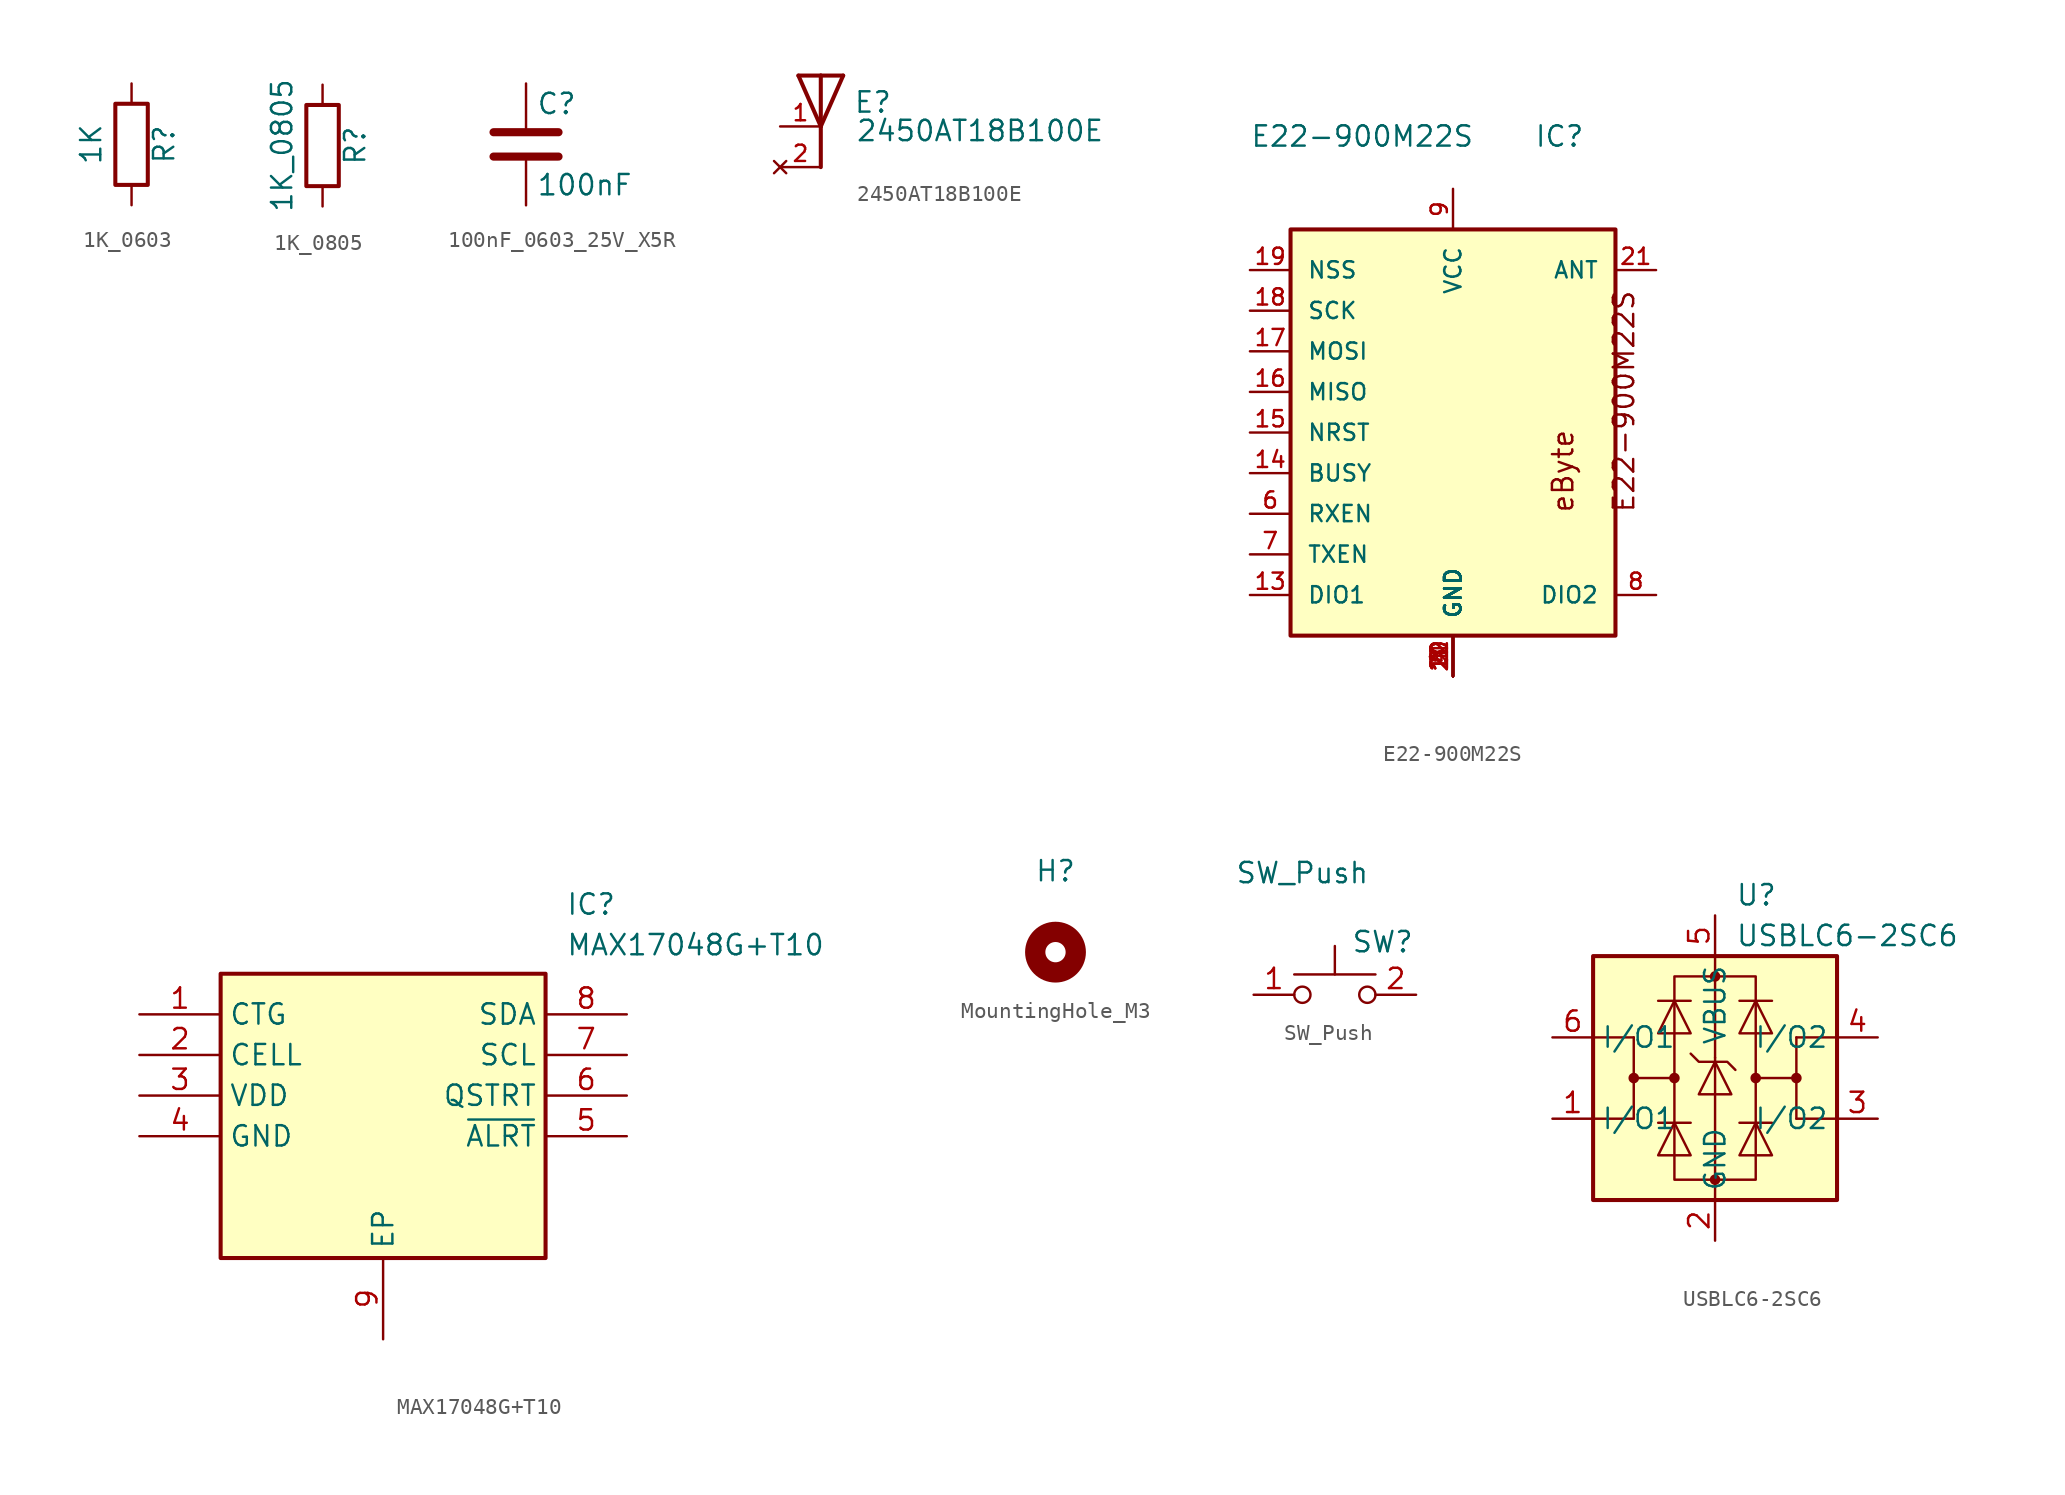
<source format=kicad_sym>
(kicad_symbol_lib
  (version 20241209)
  (generator "kicad_symbol_editor")
  (generator_version "9.0")
  (symbol "1K_0603"
    (pin_numbers
      (hide yes))
    (pin_names
      (offset 0))
    (property "Reference" "R"
      (at 2.032 0 90)
      (effects (font (size 1.27 1.27))))
    (property "Value" "1K"
      (at -2.54 0 90)
      (effects (font (size 1.27 1.27))))
    (symbol "1K_0603_0_1"
      (rectangle (start -1.016 -2.54) (end 1.016 2.54) (stroke (width 0.254) (type default)) (fill (type none))))
    (symbol "1K_0603_1_1"
      (pin passive line (at 0 3.81 270) (length 1.27) (name "~" (effects (font (size 1.27 1.27)))) (number "1" (effects (font (size 1.27 1.27)))))
      (pin passive line (at 0 -3.81 90) (length 1.27) (name "~" (effects (font (size 1.27 1.27)))) (number "2" (effects (font (size 1.27 1.27)))))))
  (symbol "1K_0805"
    (pin_numbers
      (hide yes))
    (pin_names
      (offset 0))
    (property "Reference" "R"
      (at 2.032 0 90)
      (effects (font (size 1.27 1.27))))
    (property "Value" "1K_0805"
      (at -2.54 0 90)
      (effects (font (size 1.27 1.27))))
    (symbol "1K_0805_0_1"
      (rectangle (start -1.016 -2.54) (end 1.016 2.54) (stroke (width 0.254) (type default)) (fill (type none))))
    (symbol "1K_0805_1_1"
      (pin passive line (at 0 3.81 270) (length 1.27) (name "~" (effects (font (size 1.27 1.27)))) (number "1" (effects (font (size 1.27 1.27)))))
      (pin passive line (at 0 -3.81 90) (length 1.27) (name "~" (effects (font (size 1.27 1.27)))) (number "2" (effects (font (size 1.27 1.27)))))))
  (symbol "100nF_0603_25V_X5R"
    (pin_numbers
      (hide yes))
    (pin_names
      (offset 0.254))
    (property "Reference" "C"
      (at 0.635 2.54 0)
      (effects (font (size 1.27 1.27)) (justify left)))
    (property "Value" "100nF"
      (at 0.635 -2.54 0)
      (effects (font (size 1.27 1.27)) (justify left)))
    (symbol "100nF_0603_25V_X5R_0_1"
      (polyline (pts (xy -2.032 0.762) (xy 2.032 0.762)) (stroke (width 0.508) (type default)) (fill (type none)))
      (polyline (pts (xy -2.032 -0.762) (xy 2.032 -0.762)) (stroke (width 0.508) (type default)) (fill (type none))))
    (symbol "100nF_0603_25V_X5R_1_1"
      (pin passive line (at 0 3.81 270) (length 2.794) (name "~" (effects (font (size 1.27 1.27)))) (number "1" (effects (font (size 1.27 1.27)))))
      (pin passive line (at 0 -3.81 90) (length 2.794) (name "~" (effects (font (size 1.27 1.27)))) (number "2" (effects (font (size 1.27 1.27)))))))
  (symbol "2450AT18B100E"
    (pin_names
      (offset 1.016))
    (property "Reference" "E"
      (at 2.034 0.763 0)
      (effects (font (size 1.27 1.27)) (justify left bottom)))
    (property "Value" "2450AT18B100E"
      (at 2.163 -1.018 0)
      (effects (font (size 1.27 1.27)) (justify left bottom)))
    (symbol "2450AT18B100E_0_0"
      (polyline (pts (xy -1.397 3.175) (xy 0 3.175)) (stroke (width 0.254) (type default)) (fill (type none)))
      (polyline (pts (xy 0 3.175) (xy 0 0)) (stroke (width 0.254) (type default)) (fill (type none)))
      (polyline (pts (xy 0 3.175) (xy 1.397 3.175)) (stroke (width 0.254) (type default)) (fill (type none)))
      (polyline (pts (xy 0 0) (xy -1.397 3.175)) (stroke (width 0.254) (type default)) (fill (type none)))
      (polyline (pts (xy 0 0) (xy 0 -2.54)) (stroke (width 0.254) (type default)) (fill (type none)))
      (polyline (pts (xy 1.397 3.175) (xy 0 0)) (stroke (width 0.254) (type default)) (fill (type none)))
      (pin passive line (at -2.54 0 0) (length 2.54) (name "~" (effects (font (size 1.016 1.016)))) (number "1" (effects (font (size 1.016 1.016)))))
      (pin no_connect line (at -2.54 -2.54 0) (length 2.54) (name "~" (effects (font (size 1.016 1.016)))) (number "2" (effects (font (size 1.016 1.016)))))))
  (symbol "E22-900M22S"
    (pin_names
      (offset 1.016))
    (property "Reference" "IC"
      (at 5.08 17.78 0)
      (effects (font (size 1.27 1.27)) (justify left bottom)))
    (property "Value" "E22-900M22S"
      (at -12.7 17.78 0)
      (effects (font (size 1.27 1.27)) (justify left bottom)))
    (symbol "E22-900M22S_0_0"
      (rectangle (start -10.16 -12.7) (end 10.16 12.7) (stroke (width 0.254) (type default)) (fill (type background)))
      (text "eByte" (at 7.62 -5.08 900) (effects (font (size 1.27 1.27)) (justify left bottom)))
      (text "E22-900M22S" (at 11.43 -5.08 900) (effects (font (size 1.27 1.27)) (justify left bottom)))
      (pin input line (at -12.7 10.16 0) (length 2.54) (name "NSS" (effects (font (size 1.016 1.016)))) (number "19" (effects (font (size 1.016 1.016)))))
      (pin input line (at -12.7 7.62 0) (length 2.54) (name "SCK" (effects (font (size 1.016 1.016)))) (number "18" (effects (font (size 1.016 1.016)))))
      (pin bidirectional line (at -12.7 5.08 0) (length 2.54) (name "MOSI" (effects (font (size 1.016 1.016)))) (number "17" (effects (font (size 1.016 1.016)))))
      (pin bidirectional line (at -12.7 2.54 0) (length 2.54) (name "MISO" (effects (font (size 1.016 1.016)))) (number "16" (effects (font (size 1.016 1.016)))))
      (pin bidirectional line (at -12.7 0 0) (length 2.54) (name "NRST" (effects (font (size 1.016 1.016)))) (number "15" (effects (font (size 1.016 1.016)))))
      (pin bidirectional line (at -12.7 -2.54 0) (length 2.54) (name "BUSY" (effects (font (size 1.016 1.016)))) (number "14" (effects (font (size 1.016 1.016)))))
      (pin input line (at -12.7 -5.08 0) (length 2.54) (name "RXEN" (effects (font (size 1.016 1.016)))) (number "6" (effects (font (size 1.016 1.016)))))
      (pin bidirectional line (at -12.7 -7.62 0) (length 2.54) (name "TXEN" (effects (font (size 1.016 1.016)))) (number "7" (effects (font (size 1.016 1.016)))))
      (pin bidirectional line (at -12.7 -10.16 0) (length 2.54) (name "DIO1" (effects (font (size 1.016 1.016)))) (number "13" (effects (font (size 1.016 1.016)))))
      (pin power_in line (at 0 15.24 270) (length 2.54) (name "VCC" (effects (font (size 1.016 1.016)))) (number "9" (effects (font (size 1.016 1.016)))))
      (pin power_in line (at 0 -15.24 90) (length 2.54) (name "GND" (effects (font (size 1.016 1.016)))) (number "1" (effects (font (size 1.016 1.016)))))
      (pin power_in line (at 0 -15.24 90) (length 2.54) (name "GND" (effects (font (size 1.016 1.016)))) (number "10" (effects (font (size 1.016 1.016)))))
      (pin power_in line (at 0 -15.24 90) (length 2.54) (name "GND" (effects (font (size 1.016 1.016)))) (number "11" (effects (font (size 1.016 1.016)))))
      (pin power_in line (at 0 -15.24 90) (length 2.54) (name "GND" (effects (font (size 1.016 1.016)))) (number "12" (effects (font (size 1.016 1.016)))))
      (pin power_in line (at 0 -15.24 90) (length 2.54) (name "GND" (effects (font (size 1.016 1.016)))) (number "2" (effects (font (size 1.016 1.016)))))
      (pin power_in line (at 0 -15.24 90) (length 2.54) (name "GND" (effects (font (size 1.016 1.016)))) (number "20" (effects (font (size 1.016 1.016)))))
      (pin power_in line (at 0 -15.24 90) (length 2.54) (name "GND" (effects (font (size 1.016 1.016)))) (number "22" (effects (font (size 1.016 1.016)))))
      (pin power_in line (at 0 -15.24 90) (length 2.54) (name "GND" (effects (font (size 1.016 1.016)))) (number "3" (effects (font (size 1.016 1.016)))))
      (pin power_in line (at 0 -15.24 90) (length 2.54) (name "GND" (effects (font (size 1.016 1.016)))) (number "4" (effects (font (size 1.016 1.016)))))
      (pin power_in line (at 0 -15.24 90) (length 2.54) (name "GND" (effects (font (size 1.016 1.016)))) (number "5" (effects (font (size 1.016 1.016)))))
      (pin output line (at 12.7 10.16 180) (length 2.54) (name "ANT" (effects (font (size 1.016 1.016)))) (number "21" (effects (font (size 1.016 1.016)))))
      (pin bidirectional line (at 12.7 -10.16 180) (length 2.54) (name "DIO2" (effects (font (size 1.016 1.016)))) (number "8" (effects (font (size 1.016 1.016)))))))
  (symbol "MAX17048G+T10"
    (property "Reference" "IC"
      (at 26.67 7.62 0)
      (effects (font (size 1.27 1.27)) (justify left top)))
    (property "Value" "MAX17048G+T10"
      (at 26.67 5.08 0)
      (effects (font (size 1.27 1.27)) (justify left top)))
    (symbol "MAX17048G+T10_1_1"
      (rectangle (start 5.08 2.54) (end 25.4 -15.24) (stroke (width 0.254) (type default)) (fill (type background)))
      (pin passive line (at 0 0 0) (length 5.08) (name "CTG" (effects (font (size 1.27 1.27)))) (number "1" (effects (font (size 1.27 1.27)))))
      (pin passive line (at 0 -2.54 0) (length 5.08) (name "CELL" (effects (font (size 1.27 1.27)))) (number "2" (effects (font (size 1.27 1.27)))))
      (pin passive line (at 0 -5.08 0) (length 5.08) (name "VDD" (effects (font (size 1.27 1.27)))) (number "3" (effects (font (size 1.27 1.27)))))
      (pin passive line (at 0 -7.62 0) (length 5.08) (name "GND" (effects (font (size 1.27 1.27)))) (number "4" (effects (font (size 1.27 1.27)))))
      (pin passive line (at 15.24 -20.32 90) (length 5.08) (name "EP" (effects (font (size 1.27 1.27)))) (number "9" (effects (font (size 1.27 1.27)))))
      (pin passive line (at 30.48 0 180) (length 5.08) (name "SDA" (effects (font (size 1.27 1.27)))) (number "8" (effects (font (size 1.27 1.27)))))
      (pin passive line (at 30.48 -2.54 180) (length 5.08) (name "SCL" (effects (font (size 1.27 1.27)))) (number "7" (effects (font (size 1.27 1.27)))))
      (pin passive line (at 30.48 -5.08 180) (length 5.08) (name "QSTRT" (effects (font (size 1.27 1.27)))) (number "6" (effects (font (size 1.27 1.27)))))
      (pin passive line (at 30.48 -7.62 180) (length 5.08) (name "~{ALRT}" (effects (font (size 1.27 1.27)))) (number "5" (effects (font (size 1.27 1.27)))))))
  (symbol "MountingHole_M3"
    (pin_names
      (offset 1.016))
    (property "Reference" "H"
      (at 0 5.08 0)
      (effects (font (size 1.27 1.27))))
    (symbol "MountingHole_M3_0_1"
      (circle (center 0 0) (radius 1.27) (stroke (width 1.27) (type default)) (fill (type none)))))
  (symbol "SW_Push"
    (pin_names
      (offset 1.016)
      (hide yes))
    (property "Reference" "SW"
      (at 1.016 3.302 0)
      (effects (font (size 1.27 1.27)) (justify left)))
    (property "Value" "SW_Push"
      (at -2.032 7.62 0)
      (effects (font (size 1.27 1.27))))
    (symbol "SW_Push_0_1"
      (circle (center -2.032 0) (radius 0.508) (stroke (width 0) (type default)) (fill (type none)))
      (polyline (pts (xy 0 1.27) (xy 0 3.048)) (stroke (width 0) (type default)) (fill (type none)))
      (circle (center 2.032 0) (radius 0.508) (stroke (width 0) (type default)) (fill (type none)))
      (polyline (pts (xy 2.54 1.27) (xy -2.54 1.27)) (stroke (width 0) (type default)) (fill (type none))))
    (symbol "SW_Push_1_1"
      (pin passive line (at -5.08 0 0) (length 2.54) (name "~" (effects (font (size 1.27 1.27)))) (number "1" (effects (font (size 1.27 1.27)))))
      (pin passive line (at -5.08 0 0) (length 2.54) (hide yes) (name "~" (effects (font (size 1.27 1.27)))) (number "4" (effects (font (size 1.27 1.27)))))
      (pin passive line (at 5.08 0 180) (length 2.54) (name "~" (effects (font (size 1.27 1.27)))) (number "2" (effects (font (size 1.27 1.27)))))
      (pin passive line (at 5.08 0 180) (length 2.54) (hide yes) (name "~" (effects (font (size 1.27 1.27)))) (number "3" (effects (font (size 1.27 1.27)))))))
  (symbol "USBLC6-2SC6"
    (property "Reference" "U"
      (at 1.27 11.43 0)
      (effects (font (size 1.27 1.27)) (justify left)))
    (property "Value" "USBLC6-2SC6"
      (at 1.27 8.89 0)
      (effects (font (size 1.27 1.27)) (justify left)))
    (symbol "USBLC6-2SC6_0_1"
      (rectangle (start -7.62 7.62) (end 7.62 -7.62) (stroke (width 0.254) (type default)) (fill (type background)))
      (polyline (pts (xy -5.08 2.54) (xy -7.62 2.54)) (stroke (width 0) (type default)) (fill (type none)))
      (circle (center -5.08 0) (radius 0.254) (stroke (width 0) (type default)) (fill (type outline)))
      (polyline (pts (xy -5.08 0) (xy -5.08 -2.54)) (stroke (width 0) (type default)) (fill (type none)))
      (polyline (pts (xy -5.08 -2.54) (xy -7.62 -2.54)) (stroke (width 0) (type default)) (fill (type none)))
      (polyline (pts (xy -3.556 2.794) (xy -1.524 2.794) (xy -2.54 4.826) (xy -3.556 2.794)) (stroke (width 0) (type default)) (fill (type none)))
      (polyline (pts (xy -3.556 -4.826) (xy -1.524 -4.826) (xy -2.54 -2.794) (xy -3.556 -4.826)) (stroke (width 0) (type default)) (fill (type none)))
      (rectangle (start -2.54 6.35) (end 2.54 -6.35) (stroke (width 0) (type default)) (fill (type none)))
      (circle (center -2.54 0) (radius 0.254) (stroke (width 0) (type default)) (fill (type outline)))
      (polyline (pts (xy -2.54 0) (xy -5.08 0) (xy -5.08 2.54)) (stroke (width 0) (type default)) (fill (type none)))
      (polyline (pts (xy -1.524 4.826) (xy -3.556 4.826)) (stroke (width 0) (type default)) (fill (type none)))
      (polyline (pts (xy -1.524 -2.794) (xy -3.556 -2.794)) (stroke (width 0) (type default)) (fill (type none)))
      (polyline (pts (xy -1.016 -1.016) (xy 1.016 -1.016) (xy 0 1.016) (xy -1.016 -1.016)) (stroke (width 0) (type default)) (fill (type none)))
      (circle (center 0 6.35) (radius 0.254) (stroke (width 0) (type default)) (fill (type outline)))
      (polyline (pts (xy 0 6.35) (xy 0 7.62)) (stroke (width 0) (type default)) (fill (type none)))
      (polyline (pts (xy 0 1.27) (xy 0 6.35)) (stroke (width 0) (type default)) (fill (type none)))
      (polyline (pts (xy 0 -6.35) (xy 0 1.27)) (stroke (width 0) (type default)) (fill (type none)))
      (circle (center 0 -6.35) (radius 0.254) (stroke (width 0) (type default)) (fill (type outline)))
      (polyline (pts (xy 0 -7.62) (xy 0 -6.35)) (stroke (width 0) (type default)) (fill (type none)))
      (polyline (pts (xy 1.27 0.508) (xy 0.762 1.016) (xy -1.016 1.016) (xy -1.524 1.524)) (stroke (width 0) (type default)) (fill (type none)))
      (polyline (pts (xy 1.524 4.826) (xy 3.556 4.826)) (stroke (width 0) (type default)) (fill (type none)))
      (polyline (pts (xy 1.524 -2.794) (xy 3.556 -2.794)) (stroke (width 0) (type default)) (fill (type none)))
      (polyline (pts (xy 2.54 0) (xy 5.08 0) (xy 5.08 2.54)) (stroke (width 0) (type default)) (fill (type none)))
      (circle (center 2.54 0) (radius 0.254) (stroke (width 0) (type default)) (fill (type outline)))
      (polyline (pts (xy 3.556 2.794) (xy 1.524 2.794) (xy 2.54 4.826) (xy 3.556 2.794)) (stroke (width 0) (type default)) (fill (type none)))
      (polyline (pts (xy 3.556 -4.826) (xy 1.524 -4.826) (xy 2.54 -2.794) (xy 3.556 -4.826)) (stroke (width 0) (type default)) (fill (type none)))
      (polyline (pts (xy 5.08 2.54) (xy 7.62 2.54)) (stroke (width 0) (type default)) (fill (type none)))
      (polyline (pts (xy 5.08 0) (xy 5.08 -2.54)) (stroke (width 0) (type default)) (fill (type none)))
      (circle (center 5.08 0) (radius 0.254) (stroke (width 0) (type default)) (fill (type outline)))
      (polyline (pts (xy 5.08 -2.54) (xy 7.62 -2.54)) (stroke (width 0) (type default)) (fill (type none))))
    (symbol "USBLC6-2SC6_1_1"
      (pin passive line (at -10.16 2.54 0) (length 2.54) (name "I/O1" (effects (font (size 1.27 1.27)))) (number "6" (effects (font (size 1.27 1.27)))))
      (pin passive line (at -10.16 -2.54 0) (length 2.54) (name "I/O1" (effects (font (size 1.27 1.27)))) (number "1" (effects (font (size 1.27 1.27)))))
      (pin passive line (at 0 10.16 270) (length 2.54) (name "VBUS" (effects (font (size 1.27 1.27)))) (number "5" (effects (font (size 1.27 1.27)))))
      (pin passive line (at 0 -10.16 90) (length 2.54) (name "GND" (effects (font (size 1.27 1.27)))) (number "2" (effects (font (size 1.27 1.27)))))
      (pin passive line (at 10.16 2.54 180) (length 2.54) (name "I/O2" (effects (font (size 1.27 1.27)))) (number "4" (effects (font (size 1.27 1.27)))))
      (pin passive line (at 10.16 -2.54 180) (length 2.54) (name "I/O2" (effects (font (size 1.27 1.27)))) (number "3" (effects (font (size 1.27 1.27))))))))
</source>
